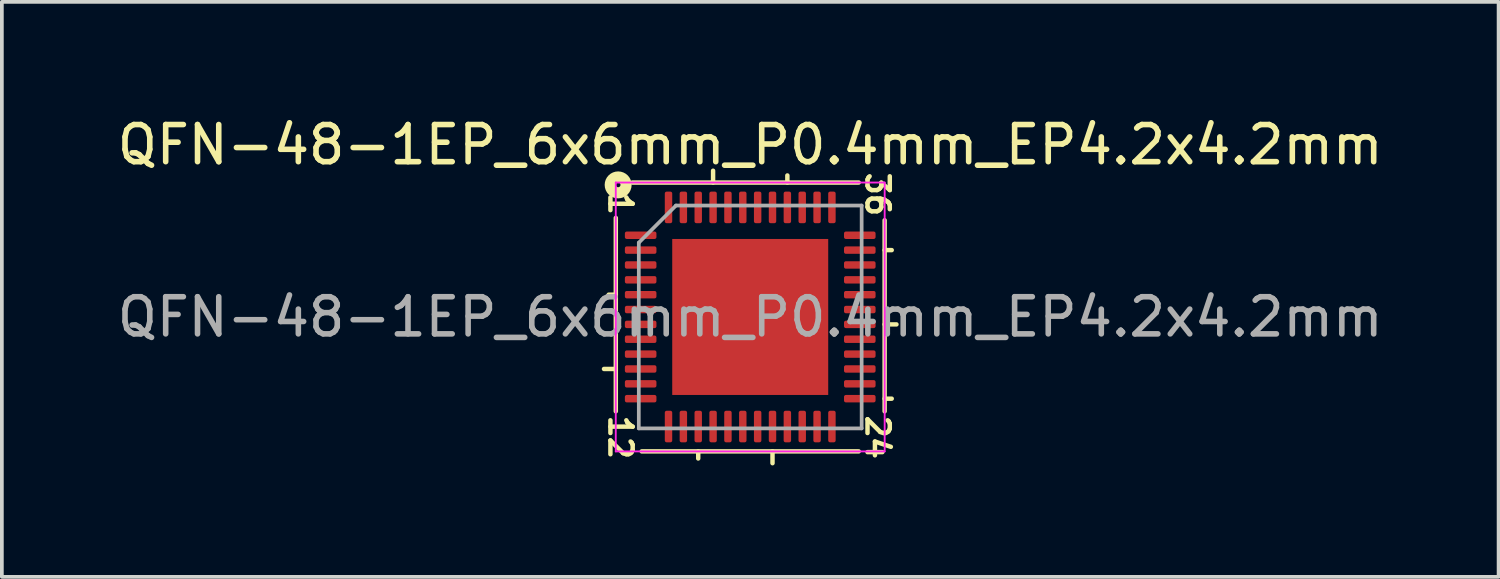
<source format=kicad_pcb>
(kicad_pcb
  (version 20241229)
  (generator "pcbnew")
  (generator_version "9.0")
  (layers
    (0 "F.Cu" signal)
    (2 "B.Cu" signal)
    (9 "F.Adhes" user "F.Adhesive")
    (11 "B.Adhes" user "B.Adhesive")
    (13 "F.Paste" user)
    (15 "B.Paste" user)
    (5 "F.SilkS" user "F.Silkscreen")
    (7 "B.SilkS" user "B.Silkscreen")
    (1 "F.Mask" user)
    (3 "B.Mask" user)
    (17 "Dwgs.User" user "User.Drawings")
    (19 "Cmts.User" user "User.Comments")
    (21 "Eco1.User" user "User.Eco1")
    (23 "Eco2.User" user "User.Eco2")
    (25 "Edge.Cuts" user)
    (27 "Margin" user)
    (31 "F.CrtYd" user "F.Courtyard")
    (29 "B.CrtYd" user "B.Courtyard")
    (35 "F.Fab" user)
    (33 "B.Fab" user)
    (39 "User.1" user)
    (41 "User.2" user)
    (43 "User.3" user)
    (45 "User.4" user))
  (footprint "QFN-48-1EP_6x6mm_P0.4mm_EP4.2x4.2mm"
    (layer "F.Cu")
    (at 17.149 5.484)
    (property "Reference" "QFN-48-1EP_6x6mm_P0.4mm_EP4.2x4.2mm" (at 0 -4.636 0) (layer "F.SilkS") (effects (font (size 1 1) (thickness 0.15))))
    (attr smd)
    (fp_line (start -3.619 -2.667) (end -3.619 2.54) (stroke (width 0.12) (type solid)) (layer "F.SilkS"))
    (fp_line (start -3.619 -0.6) (end -3.81 -0.6) (stroke (width 0.12) (type solid)) (layer "F.SilkS"))
    (fp_line (start -3.619 1.4) (end -3.937 1.4) (stroke (width 0.12) (type solid)) (layer "F.SilkS"))
    (fp_line (start -2.921 3.619) (end 2.921 3.619) (stroke (width 0.12) (type solid)) (layer "F.SilkS"))
    (fp_line (start -1.4 3.81) (end -1.4 3.619) (stroke (width 0.12) (type solid)) (layer "F.SilkS"))
    (fp_line (start -1 -3.619) (end -1 -3.937) (stroke (width 0.12) (type solid)) (layer "F.SilkS"))
    (fp_line (start 0.6 3.619) (end 0.6 3.937) (stroke (width 0.12) (type solid)) (layer "F.SilkS"))
    (fp_line (start 1 -3.619) (end 1 -3.81) (stroke (width 0.12) (type solid)) (layer "F.SilkS"))
    (fp_line (start 2.921 -3.619) (end -3.175 -3.619) (stroke (width 0.12) (type solid)) (layer "F.SilkS"))
    (fp_line (start 3.619 -1.8) (end 3.81 -1.8) (stroke (width 0.12) (type solid)) (layer "F.SilkS"))
    (fp_line (start 3.619 0.2) (end 3.937 0.2) (stroke (width 0.12) (type solid)) (layer "F.SilkS"))
    (fp_line (start 3.619 2.2) (end 3.81 2.2) (stroke (width 0.12) (type solid)) (layer "F.SilkS"))
    (fp_line (start 3.619 2.54) (end 3.619 -2.603) (stroke (width 0.12) (type solid)) (layer "F.SilkS"))
    (fp_circle (center -3.556 -3.556) (end -3.493 -3.556) (stroke (width 0.3) (type solid)) (fill no) (layer "F.SilkS"))
    (fp_line (start -3.62 -3.62) (end -3.62 3.62) (stroke (width 0.05) (type solid)) (layer "F.CrtYd"))
    (fp_line (start -3.62 3.62) (end 3.62 3.62) (stroke (width 0.05) (type solid)) (layer "F.CrtYd"))
    (fp_line (start 3.62 -3.62) (end -3.62 -3.62) (stroke (width 0.05) (type solid)) (layer "F.CrtYd"))
    (fp_line (start 3.62 3.62) (end 3.62 -3.62) (stroke (width 0.05) (type solid)) (layer "F.CrtYd"))
    (fp_line (start -3 -2) (end -2 -3) (stroke (width 0.1) (type solid)) (layer "F.Fab"))
    (fp_line (start -3 3) (end -3 -2) (stroke (width 0.1) (type solid)) (layer "F.Fab"))
    (fp_line (start -2 -3) (end 3 -3) (stroke (width 0.1) (type solid)) (layer "F.Fab"))
    (fp_line (start 3 -3) (end 3 3) (stroke (width 0.1) (type solid)) (layer "F.Fab"))
    (fp_line (start 3 3) (end -3 3) (stroke (width 0.1) (type solid)) (layer "F.Fab"))
    (fp_text user "12" (at -3.493 3.239 270) (unlocked yes) (layer "F.SilkS") (effects (font (size 0.6 0.6) (thickness 0.12))))
    (fp_text user "1" (at -3.493 -3.048 270) (unlocked yes) (layer "F.SilkS") (effects (font (size 0.6 0.6) (thickness 0.12))))
    (fp_text user "24" (at 3.429 3.239 270) (unlocked yes) (layer "F.SilkS") (effects (font (size 0.6 0.6) (thickness 0.12))))
    (fp_text user "36" (at 3.429 -3.302 270) (unlocked yes) (layer "F.SilkS") (effects (font (size 0.6 0.6) (thickness 0.12))))
    (fp_text user "${REFERENCE}" (at 0 0 0) (layer "F.Fab") (effects (font (size 1 1) (thickness 0.15))))
    (pad "" smd roundrect (at -1.4 -1.4) (size 1.13 1.13) (layers "F.Paste") (roundrect_rratio 0.221))
    (pad "" smd roundrect (at -1.4 0) (size 1.13 1.13) (layers "F.Paste") (roundrect_rratio 0.221))
    (pad "" smd roundrect (at -1.4 1.4) (size 1.13 1.13) (layers "F.Paste") (roundrect_rratio 0.221))
    (pad "" smd roundrect (at 0 -1.4) (size 1.13 1.13) (layers "F.Paste") (roundrect_rratio 0.221))
    (pad "" smd roundrect (at 0 0) (size 1.13 1.13) (layers "F.Paste") (roundrect_rratio 0.221))
    (pad "" smd roundrect (at 0 1.4) (size 1.13 1.13) (layers "F.Paste") (roundrect_rratio 0.221))
    (pad "" smd roundrect (at 1.4 -1.4) (size 1.13 1.13) (layers "F.Paste") (roundrect_rratio 0.221))
    (pad "" smd roundrect (at 1.4 0) (size 1.13 1.13) (layers "F.Paste") (roundrect_rratio 0.221))
    (pad "" smd roundrect (at 1.4 1.4) (size 1.13 1.13) (layers "F.Paste") (roundrect_rratio 0.221))
    (pad "1" smd roundrect (at -2.95 -2.2) (size 0.85 0.2) (layers "F.Cu" "F.Mask" "F.Paste") (roundrect_rratio 0.25))
    (pad "2" smd roundrect (at -2.95 -1.8) (size 0.85 0.2) (layers "F.Cu" "F.Mask" "F.Paste") (roundrect_rratio 0.25))
    (pad "3" smd roundrect (at -2.95 -1.4) (size 0.85 0.2) (layers "F.Cu" "F.Mask" "F.Paste") (roundrect_rratio 0.25))
    (pad "4" smd roundrect (at -2.95 -1) (size 0.85 0.2) (layers "F.Cu" "F.Mask" "F.Paste") (roundrect_rratio 0.25))
    (pad "5" smd roundrect (at -2.95 -0.6) (size 0.85 0.2) (layers "F.Cu" "F.Mask" "F.Paste") (roundrect_rratio 0.25))
    (pad "6" smd roundrect (at -2.95 -0.2) (size 0.85 0.2) (layers "F.Cu" "F.Mask" "F.Paste") (roundrect_rratio 0.25))
    (pad "7" smd roundrect (at -2.95 0.2) (size 0.85 0.2) (layers "F.Cu" "F.Mask" "F.Paste") (roundrect_rratio 0.25))
    (pad "8" smd roundrect (at -2.95 0.6) (size 0.85 0.2) (layers "F.Cu" "F.Mask" "F.Paste") (roundrect_rratio 0.25))
    (pad "9" smd roundrect (at -2.95 1) (size 0.85 0.2) (layers "F.Cu" "F.Mask" "F.Paste") (roundrect_rratio 0.25))
    (pad "10" smd roundrect (at -2.95 1.4) (size 0.85 0.2) (layers "F.Cu" "F.Mask" "F.Paste") (roundrect_rratio 0.25))
    (pad "11" smd roundrect (at -2.95 1.8) (size 0.85 0.2) (layers "F.Cu" "F.Mask" "F.Paste") (roundrect_rratio 0.25))
    (pad "12" smd roundrect (at -2.95 2.2) (size 0.85 0.2) (layers "F.Cu" "F.Mask" "F.Paste") (roundrect_rratio 0.25))
    (pad "13" smd roundrect (at -2.2 2.95) (size 0.2 0.85) (layers "F.Cu" "F.Mask" "F.Paste") (roundrect_rratio 0.25))
    (pad "14" smd roundrect (at -1.8 2.95) (size 0.2 0.85) (layers "F.Cu" "F.Mask" "F.Paste") (roundrect_rratio 0.25))
    (pad "15" smd roundrect (at -1.4 2.95) (size 0.2 0.85) (layers "F.Cu" "F.Mask" "F.Paste") (roundrect_rratio 0.25))
    (pad "16" smd roundrect (at -1 2.95) (size 0.2 0.85) (layers "F.Cu" "F.Mask" "F.Paste") (roundrect_rratio 0.25))
    (pad "17" smd roundrect (at -0.6 2.95) (size 0.2 0.85) (layers "F.Cu" "F.Mask" "F.Paste") (roundrect_rratio 0.25))
    (pad "18" smd roundrect (at -0.2 2.95) (size 0.2 0.85) (layers "F.Cu" "F.Mask" "F.Paste") (roundrect_rratio 0.25))
    (pad "19" smd roundrect (at 0.2 2.95) (size 0.2 0.85) (layers "F.Cu" "F.Mask" "F.Paste") (roundrect_rratio 0.25))
    (pad "20" smd roundrect (at 0.6 2.95) (size 0.2 0.85) (layers "F.Cu" "F.Mask" "F.Paste") (roundrect_rratio 0.25))
    (pad "21" smd roundrect (at 1 2.95) (size 0.2 0.85) (layers "F.Cu" "F.Mask" "F.Paste") (roundrect_rratio 0.25))
    (pad "22" smd roundrect (at 1.4 2.95) (size 0.2 0.85) (layers "F.Cu" "F.Mask" "F.Paste") (roundrect_rratio 0.25))
    (pad "23" smd roundrect (at 1.8 2.95) (size 0.2 0.85) (layers "F.Cu" "F.Mask" "F.Paste") (roundrect_rratio 0.25))
    (pad "24" smd roundrect (at 2.2 2.95) (size 0.2 0.85) (layers "F.Cu" "F.Mask" "F.Paste") (roundrect_rratio 0.25))
    (pad "25" smd roundrect (at 2.95 2.2) (size 0.85 0.2) (layers "F.Cu" "F.Mask" "F.Paste") (roundrect_rratio 0.25))
    (pad "26" smd roundrect (at 2.95 1.8) (size 0.85 0.2) (layers "F.Cu" "F.Mask" "F.Paste") (roundrect_rratio 0.25))
    (pad "27" smd roundrect (at 2.95 1.4) (size 0.85 0.2) (layers "F.Cu" "F.Mask" "F.Paste") (roundrect_rratio 0.25))
    (pad "28" smd roundrect (at 2.95 1) (size 0.85 0.2) (layers "F.Cu" "F.Mask" "F.Paste") (roundrect_rratio 0.25))
    (pad "29" smd roundrect (at 2.95 0.6) (size 0.85 0.2) (layers "F.Cu" "F.Mask" "F.Paste") (roundrect_rratio 0.25))
    (pad "30" smd roundrect (at 2.95 0.2) (size 0.85 0.2) (layers "F.Cu" "F.Mask" "F.Paste") (roundrect_rratio 0.25))
    (pad "31" smd roundrect (at 2.95 -0.2) (size 0.85 0.2) (layers "F.Cu" "F.Mask" "F.Paste") (roundrect_rratio 0.25))
    (pad "32" smd roundrect (at 2.95 -0.6) (size 0.85 0.2) (layers "F.Cu" "F.Mask" "F.Paste") (roundrect_rratio 0.25))
    (pad "33" smd roundrect (at 2.95 -1) (size 0.85 0.2) (layers "F.Cu" "F.Mask" "F.Paste") (roundrect_rratio 0.25))
    (pad "34" smd roundrect (at 2.95 -1.4) (size 0.85 0.2) (layers "F.Cu" "F.Mask" "F.Paste") (roundrect_rratio 0.25))
    (pad "35" smd roundrect (at 2.95 -1.8) (size 0.85 0.2) (layers "F.Cu" "F.Mask" "F.Paste") (roundrect_rratio 0.25))
    (pad "36" smd roundrect (at 2.95 -2.2) (size 0.85 0.2) (layers "F.Cu" "F.Mask" "F.Paste") (roundrect_rratio 0.25))
    (pad "37" smd roundrect (at 2.2 -2.95) (size 0.2 0.85) (layers "F.Cu" "F.Mask" "F.Paste") (roundrect_rratio 0.25))
    (pad "38" smd roundrect (at 1.8 -2.95) (size 0.2 0.85) (layers "F.Cu" "F.Mask" "F.Paste") (roundrect_rratio 0.25))
    (pad "39" smd roundrect (at 1.4 -2.95) (size 0.2 0.85) (layers "F.Cu" "F.Mask" "F.Paste") (roundrect_rratio 0.25))
    (pad "40" smd roundrect (at 1 -2.95) (size 0.2 0.85) (layers "F.Cu" "F.Mask" "F.Paste") (roundrect_rratio 0.25))
    (pad "41" smd roundrect (at 0.6 -2.95) (size 0.2 0.85) (layers "F.Cu" "F.Mask" "F.Paste") (roundrect_rratio 0.25))
    (pad "42" smd roundrect (at 0.2 -2.95) (size 0.2 0.85) (layers "F.Cu" "F.Mask" "F.Paste") (roundrect_rratio 0.25))
    (pad "43" smd roundrect (at -0.2 -2.95) (size 0.2 0.85) (layers "F.Cu" "F.Mask" "F.Paste") (roundrect_rratio 0.25))
    (pad "44" smd roundrect (at -0.6 -2.95) (size 0.2 0.85) (layers "F.Cu" "F.Mask" "F.Paste") (roundrect_rratio 0.25))
    (pad "45" smd roundrect (at -1 -2.95) (size 0.2 0.85) (layers "F.Cu" "F.Mask" "F.Paste") (roundrect_rratio 0.25))
    (pad "46" smd roundrect (at -1.4 -2.95) (size 0.2 0.85) (layers "F.Cu" "F.Mask" "F.Paste") (roundrect_rratio 0.25))
    (pad "47" smd roundrect (at -1.8 -2.95) (size 0.2 0.85) (layers "F.Cu" "F.Mask" "F.Paste") (roundrect_rratio 0.25))
    (pad "48" smd roundrect (at -2.2 -2.95) (size 0.2 0.85) (layers "F.Cu" "F.Mask" "F.Paste") (roundrect_rratio 0.25))
    (pad "49" smd rect (at 0 0) (size 4.2 4.2) (layers "F.Cu" "F.Mask")))
  (gr_rect
    (start -3 -3)
    (end 37.298 12.481)
    (stroke (width 0.1) (type default))
    (fill no)
    (layer "Edge.Cuts")))
</source>
